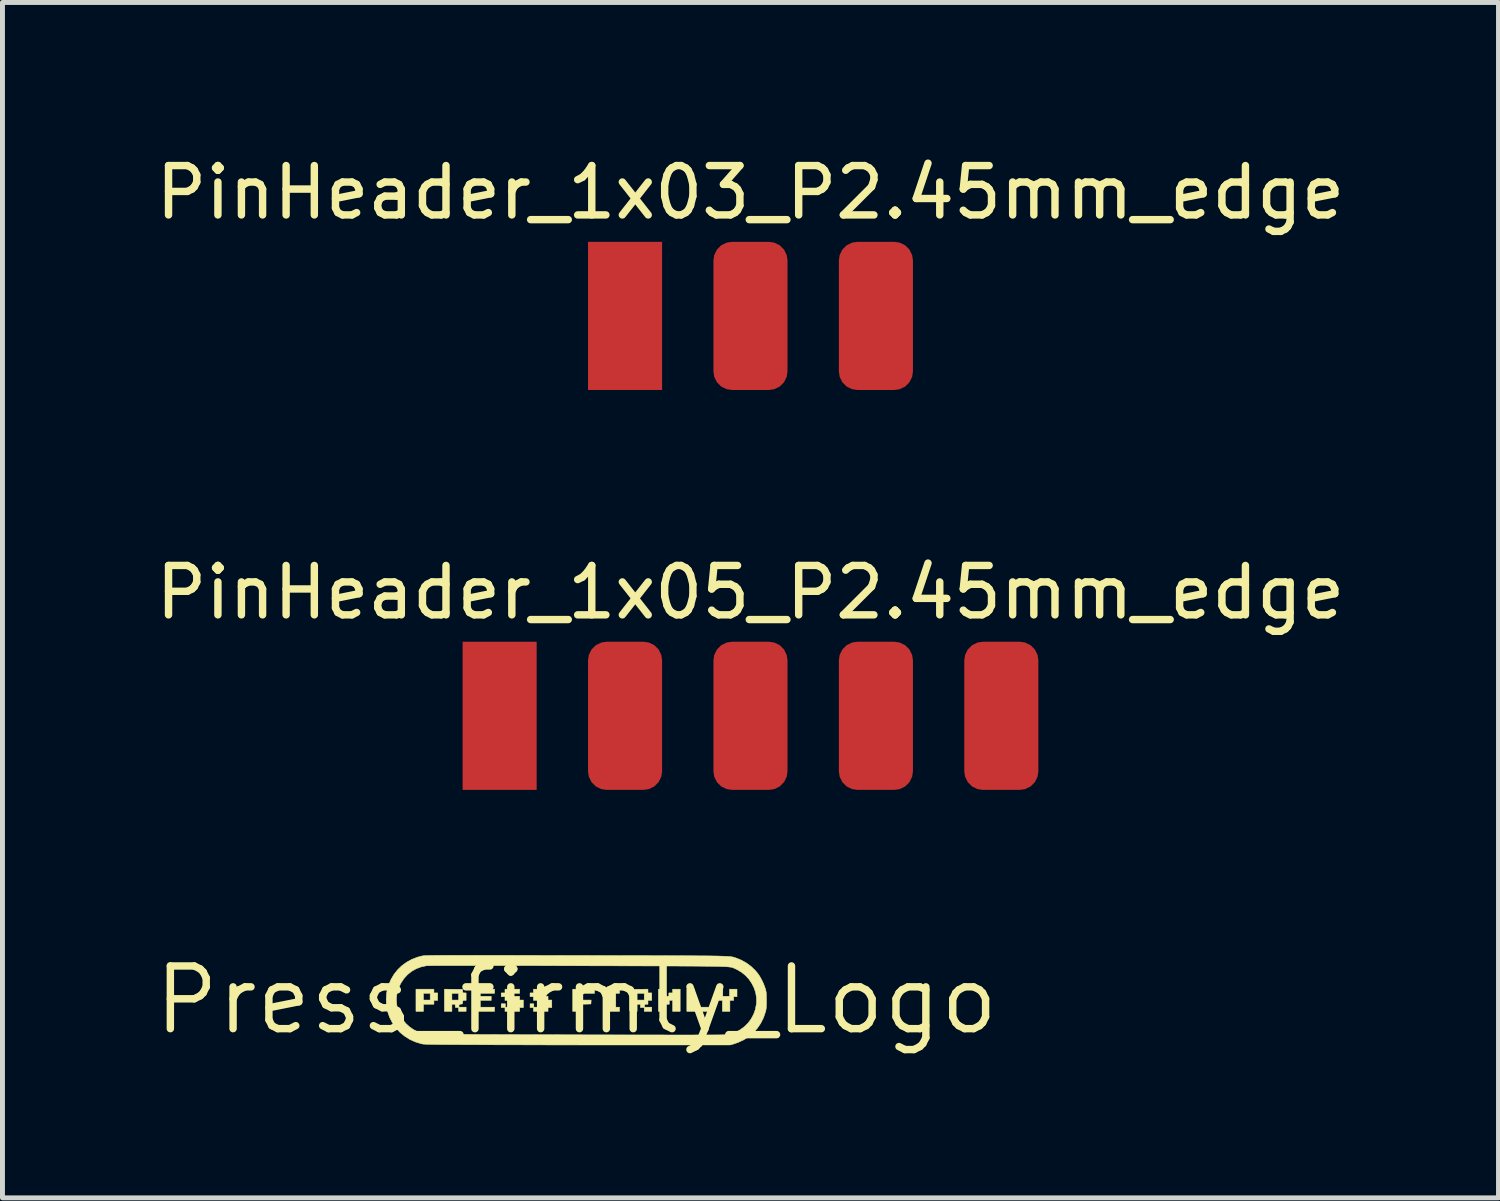
<source format=kicad_pcb>
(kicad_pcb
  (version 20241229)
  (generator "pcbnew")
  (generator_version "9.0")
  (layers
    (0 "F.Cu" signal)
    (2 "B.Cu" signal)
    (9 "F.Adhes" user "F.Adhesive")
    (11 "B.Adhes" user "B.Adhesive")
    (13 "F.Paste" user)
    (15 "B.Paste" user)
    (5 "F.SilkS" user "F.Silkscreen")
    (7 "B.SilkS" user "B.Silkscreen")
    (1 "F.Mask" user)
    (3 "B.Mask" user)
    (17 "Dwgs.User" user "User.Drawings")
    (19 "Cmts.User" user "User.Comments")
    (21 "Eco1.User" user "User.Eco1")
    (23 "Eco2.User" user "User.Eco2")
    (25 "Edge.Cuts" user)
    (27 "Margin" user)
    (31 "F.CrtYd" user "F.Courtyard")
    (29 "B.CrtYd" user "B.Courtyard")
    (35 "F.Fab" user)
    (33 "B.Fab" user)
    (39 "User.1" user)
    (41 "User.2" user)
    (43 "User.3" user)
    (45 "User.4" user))
  (footprint "PinHeader_1x05_P2.45mm_edge"
    (layer "F.Cu")
    (at 12.149 12.947)
    (property "Reference" "PinHeader_1x05_P2.45mm_edge" (at 0 -4 0) (layer "F.SilkS") (effects (font (size 1 1) (thickness 0.15))))
    (attr through_hole)
    (pad "1" smd rect (at -5.08 -1.5) (size 1.5 3) (layers "F.Cu" "F.Mask"))
    (pad "2" smd roundrect (at -2.54 -1.5) (size 1.5 3) (layers "F.Cu" "F.Mask") (roundrect_rratio 0.25))
    (pad "3" smd roundrect (at 0 -1.5) (size 1.5 3) (layers "F.Cu" "F.Mask") (roundrect_rratio 0.25))
    (pad "4" smd roundrect (at 2.54 -1.5) (size 1.5 3) (layers "F.Cu" "F.Mask") (roundrect_rratio 0.25))
    (pad "5" smd roundrect (at 5.08 -1.5) (size 1.5 3) (layers "F.Cu" "F.Mask") (roundrect_rratio 0.25)))
  (footprint "PinHeader_1x03_P2.45mm_edge"
    (layer "F.Cu")
    (at 12.149 4.848)
    (property "Reference" "PinHeader_1x03_P2.45mm_edge" (at 0 -4 0) (layer "F.SilkS") (effects (font (size 1 1) (thickness 0.15))))
    (attr through_hole)
    (pad "1" smd rect (at -2.54 -1.5) (size 1.5 3) (layers "F.Cu" "F.Mask"))
    (pad "2" smd roundrect (at 0 -1.5) (size 1.5 3) (layers "F.Cu" "F.Mask") (roundrect_rratio 0.25))
    (pad "3" smd roundrect (at 2.54 -1.5) (size 1.5 3) (layers "F.Cu" "F.Mask") (roundrect_rratio 0.25)))
  (footprint "Press_firmly_Logo"
    (layer "F.Cu")
    (at 8.625 17.203)
    (property "Reference" "Press_firmly_Logo" (at 0 0 0) (layer "F.SilkS") (effects (font (size 1.27 1.27) (thickness 0.15))))
    (attr through_hole)
    (fp_poly (pts (xy 2.388 0.144) (xy 2.675 0.144) (xy 2.675 0.229) (xy 2.235 0.229) (xy 2.235 -0.22) (xy 2.388 -0.22) (xy 2.388 0.144)) (stroke (width 0.01) (type solid)) (fill yes) (layer "F.SilkS"))
    (fp_poly (pts (xy -1.659 -0.135) (xy -1.947 -0.135) (xy -1.947 -0.076) (xy -1.727 -0.076) (xy -1.727 0.008) (xy -1.947 0.008) (xy -1.947 0.144) (xy -1.659 0.144) (xy -1.659 0.229) (xy -2.1 0.229) (xy -2.1 -0.22) (xy -1.659 -0.22) (xy -1.659 -0.135)) (stroke (width 0.01) (type solid)) (fill yes) (layer "F.SilkS"))
    (fp_poly (pts (xy 0.364 -0.135) (xy 0.076 -0.135) (xy 0.076 0) (xy 0.297 0) (xy 0.295 0.04) (xy 0.292 0.08) (xy 0.184 0.083) (xy 0.076 0.085) (xy 0.076 0.229) (xy -0.076 0.229) (xy -0.076 -0.22) (xy 0.364 -0.22) (xy 0.364 -0.135)) (stroke (width 0.01) (type solid)) (fill yes) (layer "F.SilkS"))
    (fp_poly (pts (xy 0.872 -0.135) (xy 0.796 -0.135) (xy 0.796 0.144) (xy 0.872 0.144) (xy 0.872 0.229) (xy 0.576 0.229) (xy 0.576 0.144) (xy 0.643 0.144) (xy 0.643 -0.135) (xy 0.576 -0.135) (xy 0.576 -0.22) (xy 0.872 -0.22) (xy 0.872 -0.135)) (stroke (width 0.01) (type solid)) (fill yes) (layer "F.SilkS"))
    (fp_poly (pts (xy 2.963 -0.076) (xy 3.099 -0.076) (xy 3.099 -0.22) (xy 3.251 -0.22) (xy 3.251 -0.068) (xy 3.183 -0.068) (xy 3.183 0.008) (xy 3.107 0.008) (xy 3.107 0.229) (xy 2.955 0.229) (xy 2.955 0.008) (xy 2.887 0.008) (xy 2.887 -0.068) (xy 2.811 -0.068) (xy 2.811 -0.22) (xy 2.963 -0.22) (xy 2.963 -0.076)) (stroke (width 0.01) (type solid)) (fill yes) (layer "F.SilkS"))
    (fp_poly (pts (xy -2.887 -0.144) (xy -2.811 -0.144) (xy -2.811 0.008) (xy -2.887 0.008) (xy -2.887 0.085) (xy -3.099 0.085) (xy -3.099 0.229) (xy -3.251 0.229) (xy -3.251 -0.135) (xy -3.099 -0.135) (xy -3.099 0) (xy -2.963 0) (xy -2.963 -0.135) (xy -3.099 -0.135) (xy -3.251 -0.135) (xy -3.251 -0.22) (xy -2.887 -0.22) (xy -2.887 -0.144)) (stroke (width 0.01) (type solid)) (fill yes) (layer "F.SilkS"))
    (fp_poly (pts (xy -1.151 -0.135) (xy -1.372 -0.135) (xy -1.372 -0.076) (xy -1.151 -0.076) (xy -1.151 0) (xy -1.075 0) (xy -1.075 0.152) (xy -1.151 0.152) (xy -1.151 0.229) (xy -1.448 0.229) (xy -1.448 0.152) (xy -1.524 0.152) (xy -1.524 0.076) (xy -1.439 0.076) (xy -1.439 0.144) (xy -1.304 0.144) (xy -1.304 0.008) (xy -1.448 0.008) (xy -1.448 -0.068) (xy -1.524 -0.068) (xy -1.524 -0.144) (xy -1.448 -0.144) (xy -1.448 -0.22) (xy -1.151 -0.22) (xy -1.151 -0.135)) (stroke (width 0.01) (type solid)) (fill yes) (layer "F.SilkS"))
    (fp_poly (pts (xy -0.576 -0.135) (xy -0.787 -0.135) (xy -0.787 -0.076) (xy -0.576 -0.076) (xy -0.576 0) (xy -0.5 0) (xy -0.5 0.152) (xy -0.576 0.152) (xy -0.576 0.229) (xy -0.872 0.229) (xy -0.872 0.152) (xy -0.94 0.152) (xy -0.94 0.076) (xy -0.864 0.076) (xy -0.864 0.144) (xy -0.728 0.144) (xy -0.728 0.008) (xy -0.872 0.008) (xy -0.872 -0.068) (xy -0.94 -0.068) (xy -0.94 -0.144) (xy -0.872 -0.144) (xy -0.872 -0.22) (xy -0.576 -0.22) (xy -0.576 -0.135)) (stroke (width 0.01) (type solid)) (fill yes) (layer "F.SilkS"))
    (fp_poly (pts (xy 1.736 -0.144) (xy 1.812 -0.144) (xy 1.812 -0.11) (xy 1.813 -0.088) (xy 1.818 -0.079) (xy 1.833 -0.076) (xy 1.841 -0.076) (xy 1.86 -0.077) (xy 1.869 -0.084) (xy 1.871 -0.1) (xy 1.871 -0.11) (xy 1.871 -0.144) (xy 1.947 -0.144) (xy 1.947 -0.22) (xy 2.1 -0.22) (xy 2.1 0.229) (xy 1.947 0.229) (xy 1.947 0.008) (xy 1.88 0.008) (xy 1.88 0.085) (xy 1.803 0.085) (xy 1.803 0.008) (xy 1.736 0.008) (xy 1.736 0.229) (xy 1.659 0.229) (xy 1.659 -0.22) (xy 1.736 -0.22) (xy 1.736 -0.144)) (stroke (width 0.01) (type solid)) (fill yes) (layer "F.SilkS"))
    (fp_poly (pts (xy 1.448 -0.144) (xy 1.524 -0.144) (xy 1.524 0.008) (xy 1.448 0.008) (xy 1.448 0.085) (xy 1.414 0.085) (xy 1.392 0.086) (xy 1.383 0.091) (xy 1.38 0.106) (xy 1.38 0.114) (xy 1.38 0.144) (xy 1.524 0.144) (xy 1.524 0.229) (xy 1.372 0.229) (xy 1.372 0.152) (xy 1.295 0.152) (xy 1.295 0.119) (xy 1.295 0.097) (xy 1.289 0.087) (xy 1.273 0.085) (xy 1.262 0.085) (xy 1.228 0.085) (xy 1.228 0.229) (xy 1.155 0.229) (xy 1.115 0.228) (xy 1.09 0.224) (xy 1.08 0.219) (xy 1.079 0.218) (xy 1.078 0.207) (xy 1.077 0.181) (xy 1.077 0.143) (xy 1.077 0.096) (xy 1.077 0.041) (xy 1.077 -0.004) (xy 1.079 -0.135) (xy 1.228 -0.135) (xy 1.228 0) (xy 1.372 0) (xy 1.372 -0.135) (xy 1.228 -0.135) (xy 1.079 -0.135) (xy 1.079 -0.216) (xy 1.448 -0.22) (xy 1.448 -0.144)) (stroke (width 0.01) (type solid)) (fill yes) (layer "F.SilkS"))
    (fp_poly (pts (xy -2.307 -0.216) (xy -2.305 -0.18) (xy -2.302 -0.157) (xy -2.296 -0.147) (xy -2.282 -0.144) (xy -2.269 -0.144) (xy -2.235 -0.144) (xy -2.235 0.008) (xy -2.269 0.008) (xy -2.29 0.009) (xy -2.3 0.015) (xy -2.303 0.03) (xy -2.305 0.044) (xy -2.307 0.067) (xy -2.313 0.078) (xy -2.329 0.082) (xy -2.343 0.083) (xy -2.366 0.086) (xy -2.376 0.091) (xy -2.379 0.105) (xy -2.379 0.115) (xy -2.379 0.144) (xy -2.235 0.144) (xy -2.235 0.229) (xy -2.388 0.229) (xy -2.388 0.152) (xy -2.421 0.152) (xy -2.443 0.152) (xy -2.453 0.146) (xy -2.455 0.13) (xy -2.455 0.119) (xy -2.456 0.097) (xy -2.462 0.087) (xy -2.477 0.085) (xy -2.489 0.085) (xy -2.523 0.085) (xy -2.523 0.229) (xy -2.675 0.229) (xy -2.675 -0.135) (xy -2.523 -0.135) (xy -2.523 0) (xy -2.388 0) (xy -2.388 -0.135) (xy -2.523 -0.135) (xy -2.675 -0.135) (xy -2.675 -0.22) (xy -2.307 -0.216)) (stroke (width 0.01) (type solid)) (fill yes) (layer "F.SilkS"))
    (fp_poly (pts (xy -2.106 -0.906) (xy -1.971 -0.905) (xy -1.825 -0.905) (xy -1.666 -0.905) (xy -1.494 -0.905) (xy -1.309 -0.905) (xy -1.109 -0.904) (xy -0.896 -0.904) (xy -0.667 -0.903) (xy -0.422 -0.903) (xy -0.161 -0.902) (xy -0.023 -0.902) (xy 0.25 -0.902) (xy 0.506 -0.901) (xy 0.747 -0.901) (xy 0.972 -0.9) (xy 1.182 -0.9) (xy 1.378 -0.9) (xy 1.561 -0.899) (xy 1.73 -0.899) (xy 1.886 -0.898) (xy 2.031 -0.898) (xy 2.163 -0.897) (xy 2.285 -0.897) (xy 2.396 -0.896) (xy 2.497 -0.895) (xy 2.588 -0.895) (xy 2.67 -0.894) (xy 2.744 -0.893) (xy 2.81 -0.892) (xy 2.869 -0.891) (xy 2.92 -0.889) (xy 2.966 -0.888) (xy 3.005 -0.886) (xy 3.04 -0.885) (xy 3.069 -0.883) (xy 3.094 -0.881) (xy 3.116 -0.879) (xy 3.134 -0.877) (xy 3.15 -0.874) (xy 3.164 -0.872) (xy 3.176 -0.869) (xy 3.187 -0.866) (xy 3.197 -0.862) (xy 3.208 -0.859) (xy 3.219 -0.855) (xy 3.23 -0.852) (xy 3.339 -0.808) (xy 3.442 -0.75) (xy 3.539 -0.678) (xy 3.625 -0.595) (xy 3.675 -0.534) (xy 3.711 -0.481) (xy 3.747 -0.417) (xy 3.781 -0.347) (xy 3.809 -0.278) (xy 3.824 -0.233) (xy 3.832 -0.205) (xy 3.838 -0.18) (xy 3.842 -0.155) (xy 3.845 -0.127) (xy 3.846 -0.091) (xy 3.847 -0.045) (xy 3.848 0.004) (xy 3.848 0.063) (xy 3.847 0.108) (xy 3.845 0.144) (xy 3.842 0.173) (xy 3.838 0.198) (xy 3.832 0.225) (xy 3.829 0.237) (xy 3.788 0.357) (xy 3.733 0.468) (xy 3.665 0.569) (xy 3.584 0.659) (xy 3.492 0.738) (xy 3.388 0.805) (xy 3.275 0.858) (xy 3.176 0.892) (xy 3.111 0.91) (xy 1.317 0.91) (xy 1.121 0.91) (xy 0.916 0.91) (xy 0.706 0.91) (xy 0.49 0.91) (xy 0.271 0.91) (xy 0.05 0.91) (xy -0.17 0.909) (xy -0.387 0.909) (xy -0.601 0.909) (xy -0.81 0.908) (xy -1.011 0.908) (xy -1.203 0.907) (xy -1.384 0.907) (xy -1.553 0.907) (xy -1.707 0.906) (xy -1.778 0.906) (xy -1.952 0.905) (xy -2.11 0.904) (xy -2.253 0.904) (xy -2.382 0.903) (xy -2.496 0.903) (xy -2.598 0.902) (xy -2.688 0.901) (xy -2.767 0.901) (xy -2.835 0.9) (xy -2.894 0.899) (xy -2.945 0.898) (xy -2.987 0.898) (xy -3.022 0.897) (xy -3.051 0.895) (xy -3.075 0.894) (xy -3.094 0.893) (xy -3.11 0.891) (xy -3.122 0.889) (xy -3.133 0.888) (xy -3.141 0.886) (xy -3.263 0.848) (xy -3.377 0.797) (xy -3.48 0.732) (xy -3.574 0.655) (xy -3.655 0.566) (xy -3.725 0.466) (xy -3.782 0.356) (xy -3.823 0.241) (xy -3.838 0.178) (xy -3.847 0.104) (xy -3.852 0.025) (xy -3.852 -0.016) (xy -3.648 -0.016) (xy -3.641 0.083) (xy -3.637 0.109) (xy -3.611 0.213) (xy -3.571 0.31) (xy -3.518 0.398) (xy -3.453 0.478) (xy -3.378 0.546) (xy -3.294 0.603) (xy -3.202 0.647) (xy -3.104 0.677) (xy -3.002 0.691) (xy -2.987 0.692) (xy -2.956 0.692) (xy -2.91 0.693) (xy -2.849 0.693) (xy -2.774 0.694) (xy -2.686 0.694) (xy -2.586 0.695) (xy -2.474 0.695) (xy -2.351 0.696) (xy -2.219 0.696) (xy -2.078 0.697) (xy -1.928 0.698) (xy -1.77 0.698) (xy -1.606 0.699) (xy -1.436 0.7) (xy -1.26 0.7) (xy -1.08 0.701) (xy -0.897 0.701) (xy -0.71 0.702) (xy -0.521 0.702) (xy -0.331 0.703) (xy -0.14 0.704) (xy 0.05 0.704) (xy 0.24 0.705) (xy 0.428 0.705) (xy 0.613 0.705) (xy 0.795 0.706) (xy 0.973 0.706) (xy 1.146 0.707) (xy 1.313 0.707) (xy 1.474 0.707) (xy 1.628 0.707) (xy 1.774 0.707) (xy 1.911 0.708) (xy 2.039 0.708) (xy 2.156 0.708) (xy 2.262 0.708) (xy 2.356 0.708) (xy 2.413 0.707) (xy 2.534 0.707) (xy 2.639 0.707) (xy 2.73 0.707) (xy 2.807 0.706) (xy 2.873 0.706) (xy 2.927 0.705) (xy 2.972 0.704) (xy 3.008 0.703) (xy 3.037 0.702) (xy 3.06 0.7) (xy 3.079 0.698) (xy 3.093 0.696) (xy 3.106 0.693) (xy 3.116 0.691) (xy 3.221 0.653) (xy 3.316 0.602) (xy 3.402 0.539) (xy 3.476 0.465) (xy 3.538 0.381) (xy 3.588 0.288) (xy 3.623 0.188) (xy 3.643 0.082) (xy 3.646 0.049) (xy 3.645 -0.052) (xy 3.628 -0.152) (xy 3.596 -0.247) (xy 3.55 -0.338) (xy 3.493 -0.422) (xy 3.423 -0.498) (xy 3.344 -0.562) (xy 3.255 -0.615) (xy 3.215 -0.634) (xy 3.204 -0.638) (xy 3.195 -0.643) (xy 3.186 -0.647) (xy 3.178 -0.65) (xy 3.169 -0.654) (xy 3.16 -0.657) (xy 3.149 -0.66) (xy 3.137 -0.663) (xy 3.122 -0.666) (xy 3.104 -0.668) (xy 3.083 -0.671) (xy 3.057 -0.673) (xy 3.028 -0.675) (xy 2.993 -0.676) (xy 2.953 -0.678) (xy 2.906 -0.68) (xy 2.853 -0.681) (xy 2.793 -0.682) (xy 2.725 -0.683) (xy 2.649 -0.684) (xy 2.564 -0.685) (xy 2.47 -0.686) (xy 2.366 -0.687) (xy 2.252 -0.687) (xy 2.127 -0.688) (xy 1.991 -0.689) (xy 1.843 -0.689) (xy 1.682 -0.69) (xy 1.508 -0.69) (xy 1.321 -0.691) (xy 1.12 -0.691) (xy 0.904 -0.692) (xy 0.674 -0.693) (xy 0.427 -0.693) (xy 0.165 -0.694) (xy 0.02 -0.694) (xy -0.292 -0.695) (xy -0.587 -0.696) (xy -0.865 -0.697) (xy -1.127 -0.697) (xy -1.371 -0.698) (xy -1.599 -0.698) (xy -1.81 -0.698) (xy -2.004 -0.698) (xy -2.182 -0.698) (xy -2.343 -0.698) (xy -2.487 -0.698) (xy -2.614 -0.698) (xy -2.725 -0.698) (xy -2.82 -0.697) (xy -2.897 -0.697) (xy -2.958 -0.696) (xy -3.003 -0.696) (xy -3.031 -0.695) (xy -3.042 -0.694) (xy -3.148 -0.671) (xy -3.248 -0.633) (xy -3.339 -0.581) (xy -3.421 -0.516) (xy -3.492 -0.438) (xy -3.552 -0.349) (xy -3.573 -0.309) (xy -3.614 -0.21) (xy -3.638 -0.113) (xy -3.648 -0.016) (xy -3.852 -0.016) (xy -3.851 -0.056) (xy -3.846 -0.131) (xy -3.837 -0.186) (xy -3.804 -0.306) (xy -3.756 -0.418) (xy -3.695 -0.521) (xy -3.621 -0.614) (xy -3.536 -0.696) (xy -3.44 -0.766) (xy -3.334 -0.824) (xy -3.22 -0.868) (xy -3.133 -0.891) (xy -3.125 -0.893) (xy -3.118 -0.894) (xy -3.11 -0.895) (xy -3.1 -0.896) (xy -3.089 -0.898) (xy -3.075 -0.899) (xy -3.059 -0.9) (xy -3.039 -0.901) (xy -3.015 -0.901) (xy -2.986 -0.902) (xy -2.953 -0.903) (xy -2.914 -0.903) (xy -2.869 -0.904) (xy -2.818 -0.904) (xy -2.759 -0.905) (xy -2.693 -0.905) (xy -2.619 -0.905) (xy -2.536 -0.905) (xy -2.443 -0.906) (xy -2.341 -0.906) (xy -2.229 -0.906) (xy -2.106 -0.906)) (stroke (width 0.01) (type solid)) (fill yes) (layer "F.SilkS")))
  (gr_rect
    (start -3 -3)
    (end 27.298 21.209)
    (stroke (width 0.1) (type default))
    (fill no)
    (layer "Edge.Cuts")))
</source>
